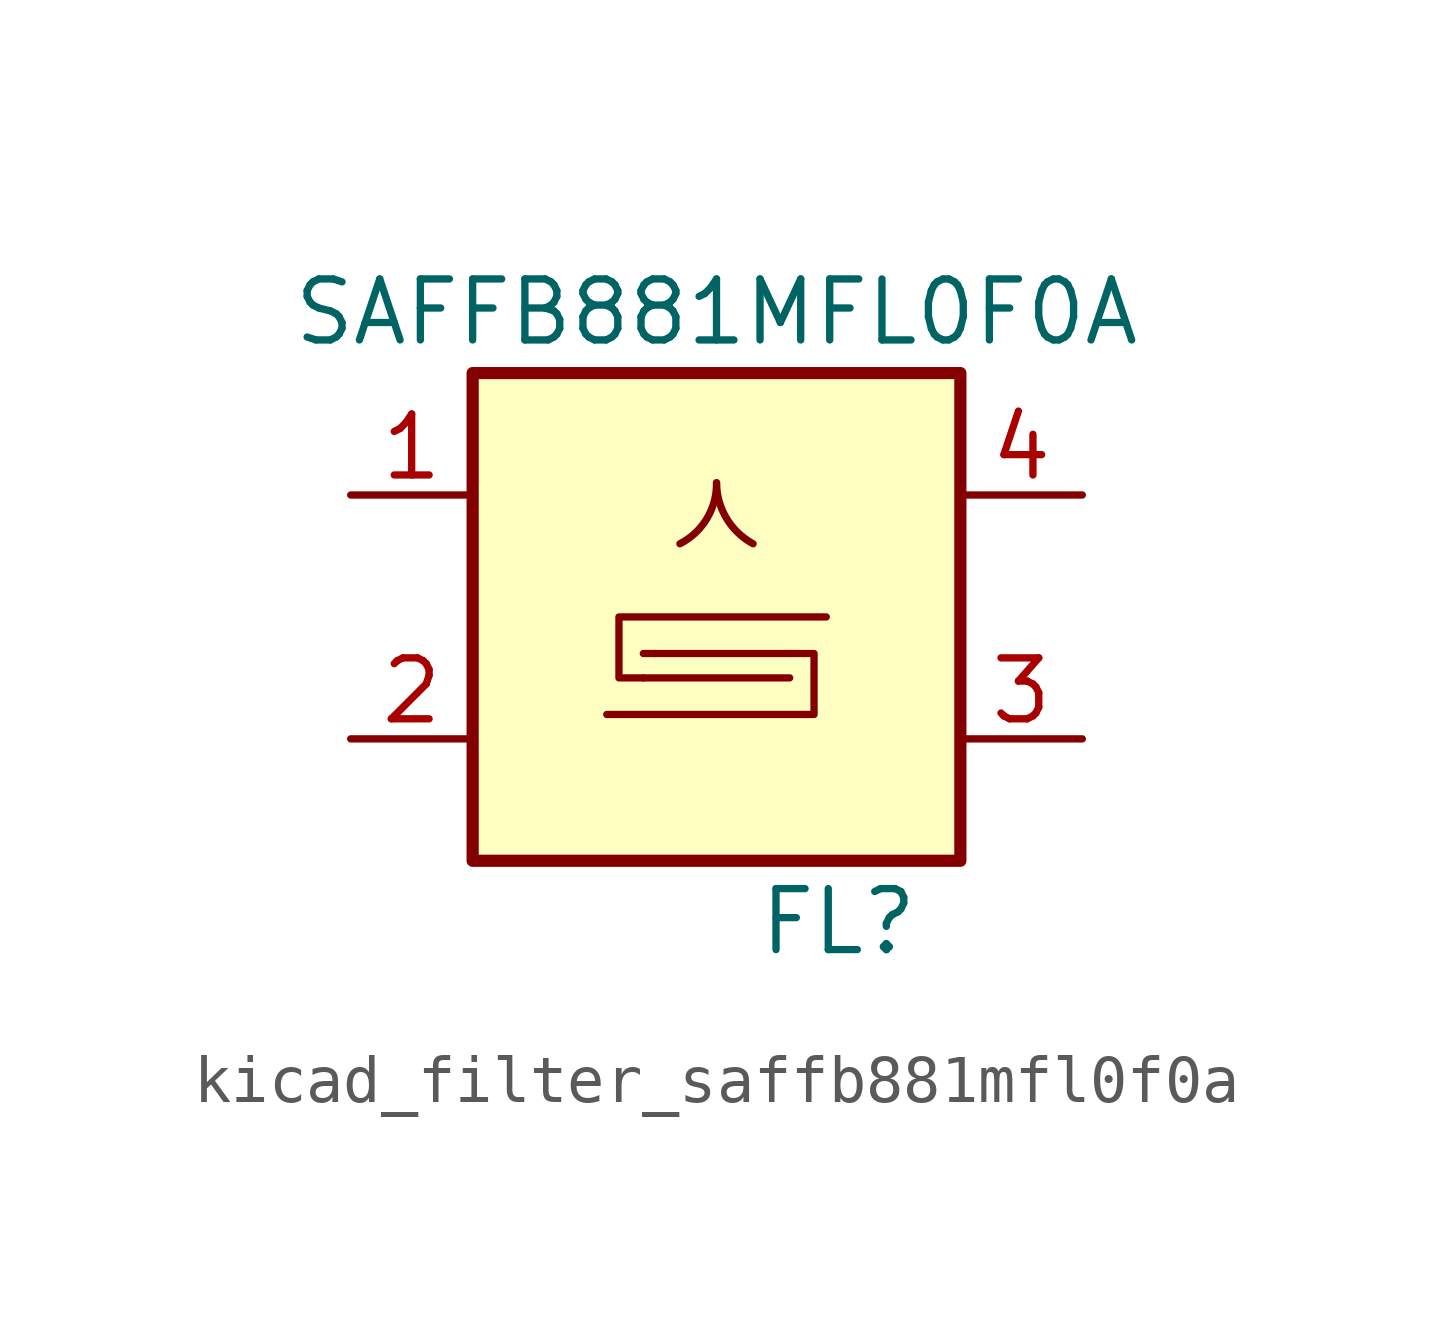
<source format=kicad_sym>
(kicad_symbol_lib
  (version 20220914)
  (generator kicad_symbol_editor)
  (symbol "kicad_filter_saffb881mfl0f0a"
    (pin_names
      (offset 1.016))
    (property "Reference" "FL"
      (at 2.54 -6.35 0)
      (effects (font (size 1.27 1.27))))
    (property "Value" "SAFFB881MFL0F0A"
      (at 0 6.35 0)
      (effects (font (size 1.27 1.27))))
    (symbol "kicad_filter_saffb881mfl0f0a_0_1"
      (rectangle (start -5.08 5.08) (end 5.08 -5.08) (stroke (width 0.254) (type default)) (fill (type background)))
      (arc (start -0.762 1.524) (mid -0.1988 2.0511) (end 0 2.794) (stroke (width 0) (type default)) (fill (type none)))
      (polyline (pts (xy -1.524 -0.762) (xy -1.27 -0.762)) (stroke (width 0) (type default)) (fill (type none)))
      (polyline (pts (xy 1.524 -1.27) (xy -1.524 -1.27)) (stroke (width 0) (type default)) (fill (type none)))
      (polyline (pts (xy 1.524 -0.762) (xy -1.27 -0.762)) (stroke (width 0) (type default)) (fill (type none)))
      (polyline (pts (xy -1.524 -1.27) (xy -2.032 -1.27) (xy -2.032 0) (xy 2.286 0)) (stroke (width 0) (type default)) (fill (type none)))
      (polyline (pts (xy 1.524 -0.762) (xy 2.032 -0.762) (xy 2.032 -2.032) (xy -2.286 -2.032)) (stroke (width 0) (type default)) (fill (type none)))
      (arc (start 0 2.794) (mid 0.2065 2.0558) (end 0.762 1.524) (stroke (width 0) (type default)) (fill (type none))))
    (symbol "kicad_filter_saffb881mfl0f0a_1_1"
      (pin passive line (at -7.62 2.54 0) (length 2.54) (name "~" (effects (font (size 1.27 1.27)))) (number "1" (effects (font (size 1.27 1.27)))))
      (pin passive line (at -7.62 -2.54 0) (length 2.54) (name "~" (effects (font (size 1.27 1.27)))) (number "2" (effects (font (size 1.27 1.27)))))
      (pin passive line (at 7.62 -2.54 180) (length 2.54) (name "~" (effects (font (size 1.27 1.27)))) (number "3" (effects (font (size 1.27 1.27)))))
      (pin passive line (at 7.62 2.54 180) (length 2.54) (name "~" (effects (font (size 1.27 1.27)))) (number "4" (effects (font (size 1.27 1.27)))))
      (pin passive line (at -7.62 -2.54 0) (length 2.54) hide (name "~" (effects (font (size 1.27 1.27)))) (number "5" (effects (font (size 1.27 1.27))))))))
</source>
